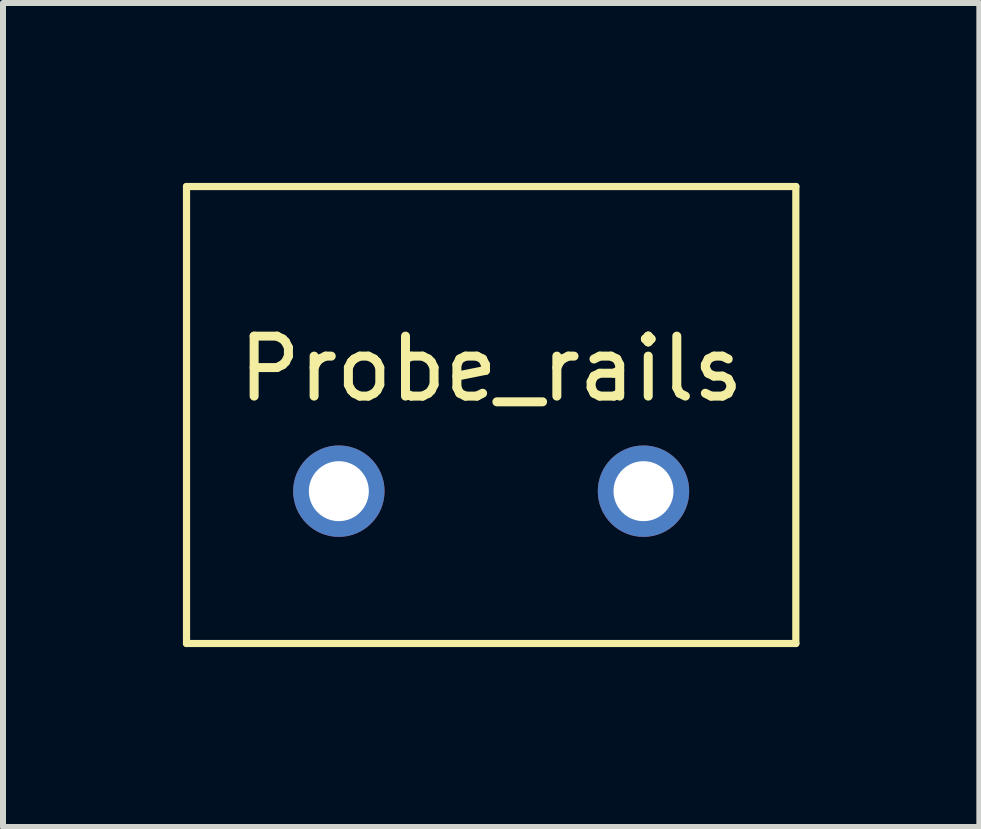
<source format=kicad_pcb>
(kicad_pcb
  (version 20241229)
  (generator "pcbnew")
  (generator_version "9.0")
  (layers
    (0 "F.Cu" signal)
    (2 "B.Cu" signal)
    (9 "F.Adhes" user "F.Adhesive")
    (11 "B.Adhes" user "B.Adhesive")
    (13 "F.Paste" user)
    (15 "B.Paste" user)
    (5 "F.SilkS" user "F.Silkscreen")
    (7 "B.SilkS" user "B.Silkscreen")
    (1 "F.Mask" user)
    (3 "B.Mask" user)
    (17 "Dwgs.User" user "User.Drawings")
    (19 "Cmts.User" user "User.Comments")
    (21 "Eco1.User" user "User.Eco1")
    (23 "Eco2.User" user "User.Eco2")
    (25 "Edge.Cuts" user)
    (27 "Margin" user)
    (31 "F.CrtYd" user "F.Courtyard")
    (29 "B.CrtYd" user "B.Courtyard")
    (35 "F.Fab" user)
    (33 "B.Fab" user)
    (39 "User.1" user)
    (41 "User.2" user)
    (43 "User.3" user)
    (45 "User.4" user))
  (footprint "Probe_rails"
    (layer "F.Cu")
    (at 5.14 2.6)
    (property "Reference" "Probe_rails" (at 0 0.5 0) (layer "F.SilkS") (effects (font (size 1 1) (thickness 0.15))))
    (attr through_hole)
    (fp_line (start -5.08 -2.54) (end 5.08 -2.54) (stroke (width 0.12) (type solid)) (layer "F.SilkS"))
    (fp_line (start -5.08 5.08) (end -5.08 -2.54) (stroke (width 0.12) (type solid)) (layer "F.SilkS"))
    (fp_line (start 5.08 -2.54) (end 5.08 5.08) (stroke (width 0.12) (type solid)) (layer "F.SilkS"))
    (fp_line (start 5.08 5.08) (end -5.08 5.08) (stroke (width 0.12) (type solid)) (layer "F.SilkS"))
    (pad "1" thru_hole circle (at -2.54 2.54) (size 1.524 1.524) (drill 1) (layers "*.Cu" "*.Mask"))
    (pad "2" thru_hole circle (at 2.54 2.54) (size 1.524 1.524) (drill 1) (layers "*.Cu" "*.Mask")))
  (gr_rect
    (start -3 -3)
    (end 13.28 10.74)
    (stroke (width 0.1) (type default))
    (fill no)
    (layer "Edge.Cuts")))
</source>
